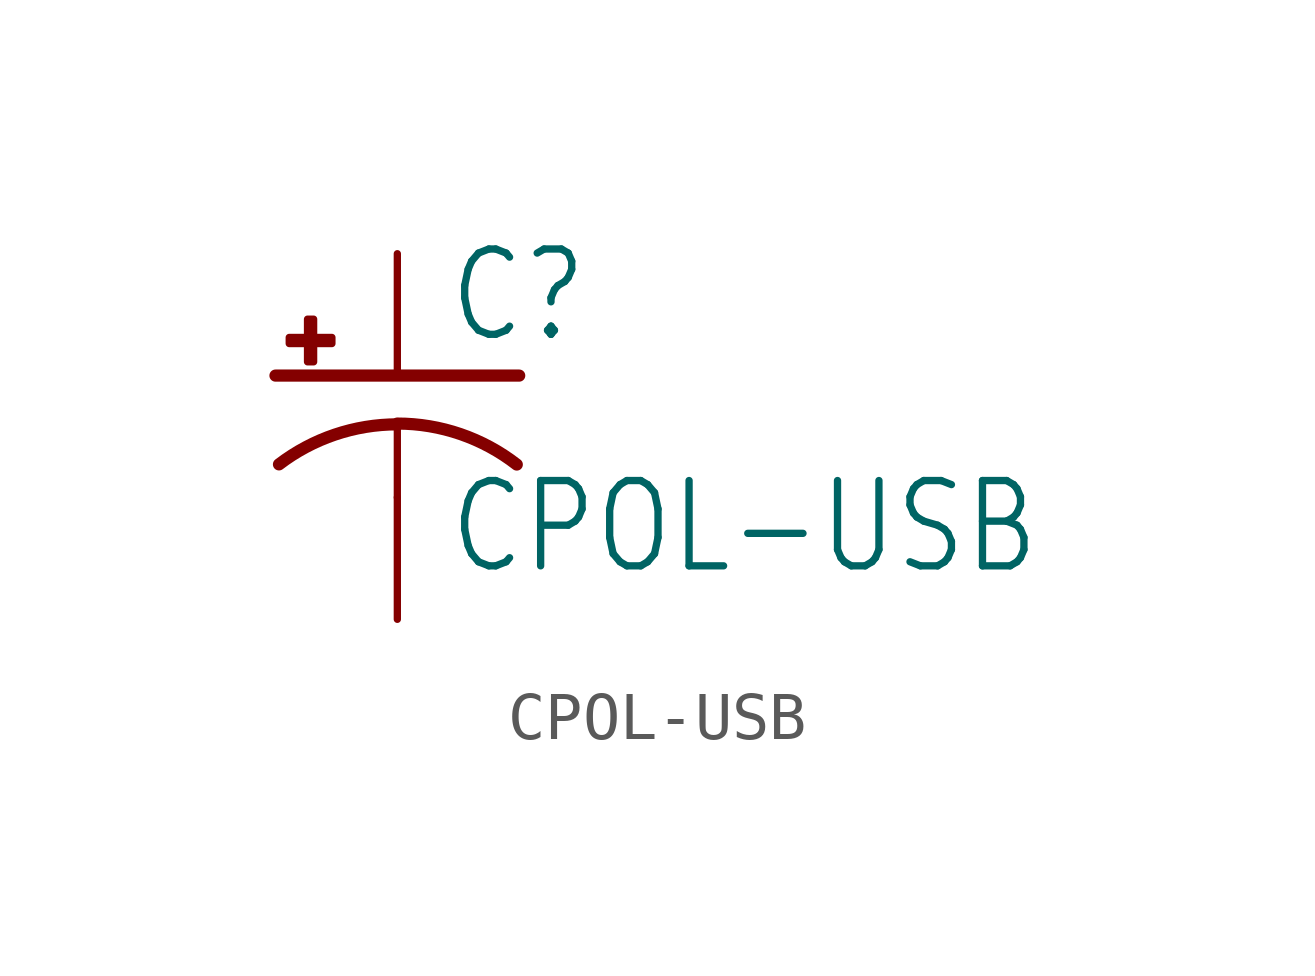
<source format=kicad_sym>
(kicad_symbol_lib
  (version 20220331)
  (generator kicad_symbol_editor)
  (symbol "CPOL-USB"
    (property "Reference" "C"
      (at 1.016 0.635 0)
      (effects (font (size 1.778 1.511)) (justify left bottom)))
    (property "Value" "CPOL-USB"
      (at 1.016 -4.191 0)
      (effects (font (size 1.778 1.511)) (justify left bottom)))
    (property "ki_locked" ""
      (at 0 0 0)
      (effects (font (size 1.27 1.27))))
    (symbol "CPOL-USB_1_0"
      (rectangle (start -2.253 0.668) (end -1.364 0.795) (stroke (width 0) (type default)) (fill (type outline)))
      (rectangle (start -1.872 0.287) (end -1.745 1.176) (stroke (width 0) (type default)) (fill (type outline)))
      (arc (start 0 -1.0161) (mid -1.3021 -1.2302) (end -2.4669 -1.8504) (stroke (width 0.254) (type solid)) (fill (type none)))
      (polyline (pts (xy -2.54 0) (xy 2.54 0)) (stroke (width 0.254) (type solid)) (fill (type none)))
      (polyline (pts (xy 0 -1.016) (xy 0 -2.54)) (stroke (width 0.152) (type solid)) (fill (type none)))
      (arc (start 2.4892 -1.8542) (mid 1.3158 -1.2195) (end 0 -1) (stroke (width 0.254) (type solid)) (fill (type none)))
      (pin passive line (at 0 2.54 270) (length 2.54) (name "+" (effects (font (size 0 0)))) (number "+" (effects (font (size 0 0)))))
      (pin passive line (at 0 -5.08 90) (length 2.54) (name "-" (effects (font (size 0 0)))) (number "-" (effects (font (size 0 0))))))))
</source>
